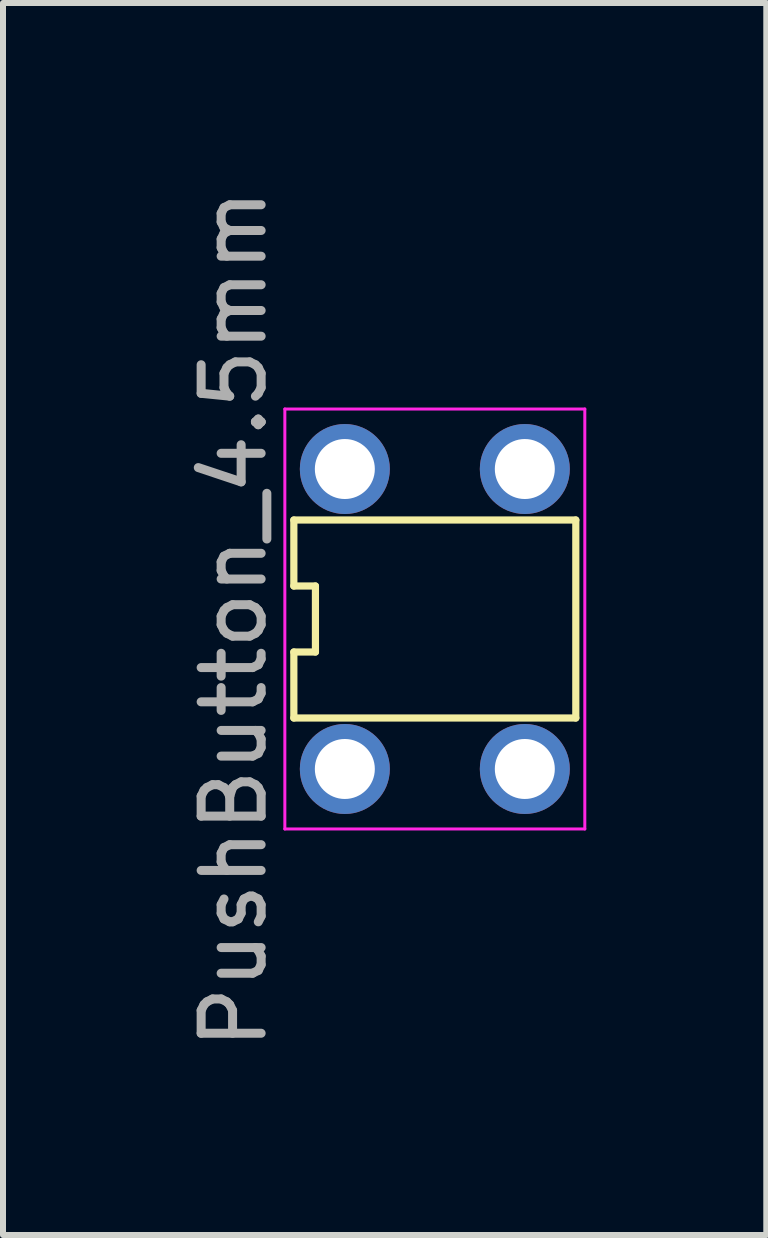
<source format=kicad_pcb>
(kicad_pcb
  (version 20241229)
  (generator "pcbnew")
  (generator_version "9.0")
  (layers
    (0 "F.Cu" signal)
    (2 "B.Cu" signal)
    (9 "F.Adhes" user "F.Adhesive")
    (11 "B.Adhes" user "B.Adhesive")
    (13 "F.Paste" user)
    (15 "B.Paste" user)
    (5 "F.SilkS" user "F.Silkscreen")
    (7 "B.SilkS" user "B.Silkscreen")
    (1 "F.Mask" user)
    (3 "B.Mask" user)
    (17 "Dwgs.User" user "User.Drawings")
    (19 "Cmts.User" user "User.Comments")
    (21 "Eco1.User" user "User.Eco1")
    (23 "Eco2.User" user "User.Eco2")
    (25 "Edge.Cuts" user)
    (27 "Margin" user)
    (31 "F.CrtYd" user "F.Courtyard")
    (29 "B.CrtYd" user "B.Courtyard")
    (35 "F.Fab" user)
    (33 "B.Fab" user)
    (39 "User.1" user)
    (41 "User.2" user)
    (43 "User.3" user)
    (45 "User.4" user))
  (footprint "PushButton_4.5mm"
    (layer "F.Cu")
    (at 4.198 7.268)
    (property "Reference" "PushButton_4.5mm" (at -3.35 0 90) (layer "F.Fab") (effects (font (size 1 1) (thickness 0.15))))
    (attr through_hole)
    (fp_line (start -2.35 -1.65) (end -2.35 -0.55) (stroke (width 0.12) (type solid)) (layer "F.SilkS"))
    (fp_line (start -2.35 -0.55) (end -1.99 -0.55) (stroke (width 0.12) (type solid)) (layer "F.SilkS"))
    (fp_line (start -2.35 0.55) (end -2.35 1.65) (stroke (width 0.12) (type solid)) (layer "F.SilkS"))
    (fp_line (start -2.35 1.65) (end 2.35 1.65) (stroke (width 0.12) (type solid)) (layer "F.SilkS"))
    (fp_line (start -1.99 -0.55) (end -1.99 0.55) (stroke (width 0.12) (type solid)) (layer "F.SilkS"))
    (fp_line (start -1.99 0.55) (end -2.35 0.55) (stroke (width 0.12) (type solid)) (layer "F.SilkS"))
    (fp_line (start 2.35 -1.65) (end -2.35 -1.65) (stroke (width 0.12) (type solid)) (layer "F.SilkS"))
    (fp_line (start 2.35 1.65) (end 2.35 -1.65) (stroke (width 0.12) (type solid)) (layer "F.SilkS"))
    (fp_line (start -2.5 -3.5) (end 2.5 -3.5) (stroke (width 0.05) (type solid)) (layer "F.CrtYd"))
    (fp_line (start -2.5 3.5) (end -2.5 -3.5) (stroke (width 0.05) (type solid)) (layer "F.CrtYd"))
    (fp_line (start 2.5 -3.5) (end 2.5 3.5) (stroke (width 0.05) (type solid)) (layer "F.CrtYd"))
    (fp_line (start 2.5 3.5) (end -2.5 3.5) (stroke (width 0.05) (type solid)) (layer "F.CrtYd"))
    (pad "1" thru_hole circle (at -1.5 -2.5) (size 1.5 1.5) (drill 1) (layers "*.Cu" "*.Mask"))
    (pad "1" thru_hole circle (at -1.5 2.5) (size 1.5 1.5) (drill 1) (layers "*.Cu" "*.Mask"))
    (pad "2" thru_hole circle (at 1.5 -2.5) (size 1.5 1.5) (drill 1) (layers "*.Cu" "*.Mask"))
    (pad "2" thru_hole circle (at 1.5 2.5) (size 1.5 1.5) (drill 1) (layers "*.Cu" "*.Mask")))
  (gr_rect
    (start -3 -3)
    (end 9.723 17.536)
    (stroke (width 0.1) (type default))
    (fill no)
    (layer "Edge.Cuts")))
</source>
